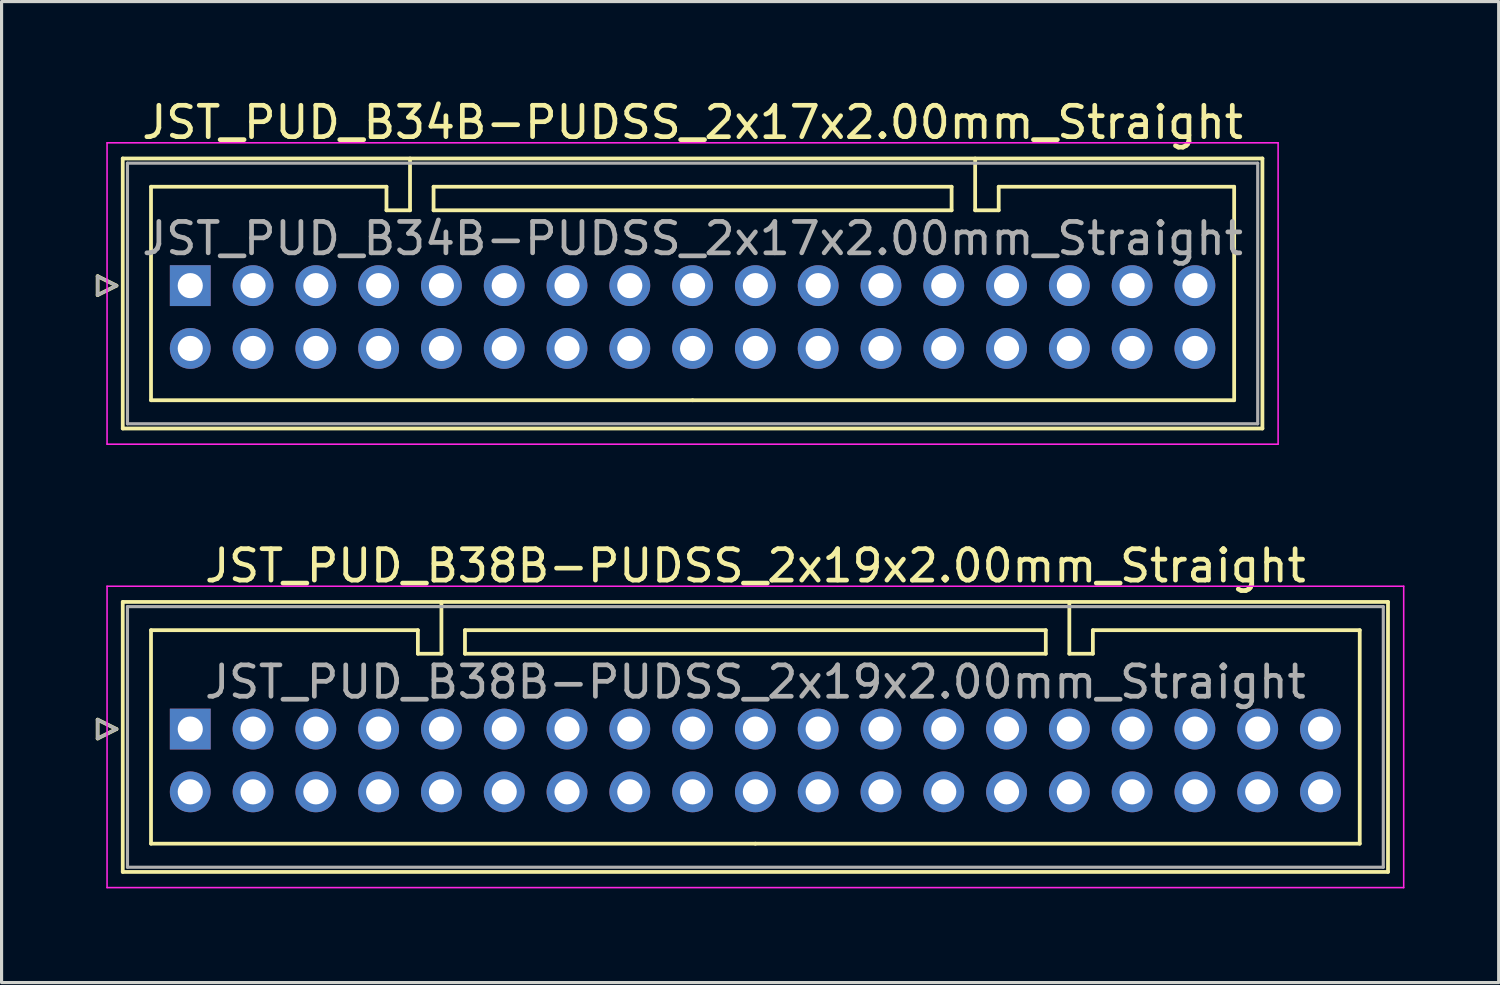
<source format=kicad_pcb>
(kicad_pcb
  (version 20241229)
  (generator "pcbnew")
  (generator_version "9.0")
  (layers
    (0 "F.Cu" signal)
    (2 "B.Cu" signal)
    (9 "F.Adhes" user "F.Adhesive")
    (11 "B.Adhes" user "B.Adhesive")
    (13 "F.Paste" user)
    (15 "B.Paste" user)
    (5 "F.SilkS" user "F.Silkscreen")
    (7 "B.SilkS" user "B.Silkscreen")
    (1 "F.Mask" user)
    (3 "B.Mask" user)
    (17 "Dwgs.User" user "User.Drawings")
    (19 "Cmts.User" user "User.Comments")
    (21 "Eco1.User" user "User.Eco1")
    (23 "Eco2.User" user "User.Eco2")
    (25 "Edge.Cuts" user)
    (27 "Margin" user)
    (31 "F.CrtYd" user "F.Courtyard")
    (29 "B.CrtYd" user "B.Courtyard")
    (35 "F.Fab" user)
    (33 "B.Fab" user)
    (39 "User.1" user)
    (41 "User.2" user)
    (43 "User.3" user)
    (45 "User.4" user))
  (footprint "JST_PUD_B38B-PUDSS_2x19x2.00mm_Straight"
    (layer "F.Cu")
    (at 3.01 20.172)
    (property "Reference" "JST_PUD_B38B-PUDSS_2x19x2.00mm_Straight" (at 18 -5.2 0) (layer "F.SilkS") (effects (font (size 1 1) (thickness 0.15))))
    (attr through_hole)
    (fp_line (start -2.95 -0.3) (end -2.35 0) (stroke (width 0.12) (type solid)) (layer "F.SilkS"))
    (fp_line (start -2.95 0.3) (end -2.95 -0.3) (stroke (width 0.12) (type solid)) (layer "F.SilkS"))
    (fp_line (start -2.35 0) (end -2.95 0.3) (stroke (width 0.12) (type solid)) (layer "F.SilkS"))
    (fp_line (start -2.15 -4.05) (end -2.15 4.55) (stroke (width 0.12) (type solid)) (layer "F.SilkS"))
    (fp_line (start -2.15 4.55) (end 38.15 4.55) (stroke (width 0.12) (type solid)) (layer "F.SilkS"))
    (fp_line (start -1.25 -3.15) (end -1.25 3.65) (stroke (width 0.12) (type solid)) (layer "F.SilkS"))
    (fp_line (start -1.25 3.65) (end 18 3.65) (stroke (width 0.12) (type solid)) (layer "F.SilkS"))
    (fp_line (start 7.25 -3.15) (end -1.25 -3.15) (stroke (width 0.12) (type solid)) (layer "F.SilkS"))
    (fp_line (start 7.25 -2.4) (end 7.25 -3.15) (stroke (width 0.12) (type solid)) (layer "F.SilkS"))
    (fp_line (start 8 -4.05) (end 8 -2.4) (stroke (width 0.12) (type solid)) (layer "F.SilkS"))
    (fp_line (start 8 -2.4) (end 7.25 -2.4) (stroke (width 0.12) (type solid)) (layer "F.SilkS"))
    (fp_line (start 8.75 -3.15) (end 8.75 -2.4) (stroke (width 0.12) (type solid)) (layer "F.SilkS"))
    (fp_line (start 8.75 -2.4) (end 27.25 -2.4) (stroke (width 0.12) (type solid)) (layer "F.SilkS"))
    (fp_line (start 27.25 -3.15) (end 8.75 -3.15) (stroke (width 0.12) (type solid)) (layer "F.SilkS"))
    (fp_line (start 27.25 -2.4) (end 27.25 -3.15) (stroke (width 0.12) (type solid)) (layer "F.SilkS"))
    (fp_line (start 28 -4.05) (end 28 -2.4) (stroke (width 0.12) (type solid)) (layer "F.SilkS"))
    (fp_line (start 28 -2.4) (end 28.75 -2.4) (stroke (width 0.12) (type solid)) (layer "F.SilkS"))
    (fp_line (start 28.75 -3.15) (end 37.25 -3.15) (stroke (width 0.12) (type solid)) (layer "F.SilkS"))
    (fp_line (start 28.75 -2.4) (end 28.75 -3.15) (stroke (width 0.12) (type solid)) (layer "F.SilkS"))
    (fp_line (start 37.25 -3.15) (end 37.25 3.65) (stroke (width 0.12) (type solid)) (layer "F.SilkS"))
    (fp_line (start 37.25 3.65) (end 18 3.65) (stroke (width 0.12) (type solid)) (layer "F.SilkS"))
    (fp_line (start 38.15 -4.05) (end -2.15 -4.05) (stroke (width 0.12) (type solid)) (layer "F.SilkS"))
    (fp_line (start 38.15 4.55) (end 38.15 -4.05) (stroke (width 0.12) (type solid)) (layer "F.SilkS"))
    (fp_line (start -2.65 -4.55) (end -2.65 5.05) (stroke (width 0.05) (type solid)) (layer "F.CrtYd"))
    (fp_line (start -2.65 5.05) (end 38.65 5.05) (stroke (width 0.05) (type solid)) (layer "F.CrtYd"))
    (fp_line (start 38.65 -4.55) (end -2.65 -4.55) (stroke (width 0.05) (type solid)) (layer "F.CrtYd"))
    (fp_line (start 38.65 5.05) (end 38.65 -4.55) (stroke (width 0.05) (type solid)) (layer "F.CrtYd"))
    (fp_line (start -2.95 -0.3) (end -2.35 0) (stroke (width 0.1) (type solid)) (layer "F.Fab"))
    (fp_line (start -2.95 0.3) (end -2.95 -0.3) (stroke (width 0.1) (type solid)) (layer "F.Fab"))
    (fp_line (start -2.35 0) (end -2.95 0.3) (stroke (width 0.1) (type solid)) (layer "F.Fab"))
    (fp_line (start -2 -3.9) (end -2 4.4) (stroke (width 0.1) (type solid)) (layer "F.Fab"))
    (fp_line (start -2 4.4) (end 38 4.4) (stroke (width 0.1) (type solid)) (layer "F.Fab"))
    (fp_line (start 38 -3.9) (end -2 -3.9) (stroke (width 0.1) (type solid)) (layer "F.Fab"))
    (fp_line (start 38 4.4) (end 38 -3.9) (stroke (width 0.1) (type solid)) (layer "F.Fab"))
    (fp_text user "${REFERENCE}" (at 18 -1.5 0) (layer "F.Fab") (effects (font (size 1 1) (thickness 0.15))))
    (pad "1" thru_hole rect (at 0 0) (size 1.3 1.3) (drill 0.8) (layers "*.Cu" "*.Mask"))
    (pad "2" thru_hole circle (at 0 2) (size 1.3 1.3) (drill 0.8) (layers "*.Cu" "*.Mask"))
    (pad "3" thru_hole circle (at 2 0) (size 1.3 1.3) (drill 0.8) (layers "*.Cu" "*.Mask"))
    (pad "4" thru_hole circle (at 2 2) (size 1.3 1.3) (drill 0.8) (layers "*.Cu" "*.Mask"))
    (pad "5" thru_hole circle (at 4 0) (size 1.3 1.3) (drill 0.8) (layers "*.Cu" "*.Mask"))
    (pad "6" thru_hole circle (at 4 2) (size 1.3 1.3) (drill 0.8) (layers "*.Cu" "*.Mask"))
    (pad "7" thru_hole circle (at 6 0) (size 1.3 1.3) (drill 0.8) (layers "*.Cu" "*.Mask"))
    (pad "8" thru_hole circle (at 6 2) (size 1.3 1.3) (drill 0.8) (layers "*.Cu" "*.Mask"))
    (pad "9" thru_hole circle (at 8 0) (size 1.3 1.3) (drill 0.8) (layers "*.Cu" "*.Mask"))
    (pad "10" thru_hole circle (at 8 2) (size 1.3 1.3) (drill 0.8) (layers "*.Cu" "*.Mask"))
    (pad "11" thru_hole circle (at 10 0) (size 1.3 1.3) (drill 0.8) (layers "*.Cu" "*.Mask"))
    (pad "12" thru_hole circle (at 10 2) (size 1.3 1.3) (drill 0.8) (layers "*.Cu" "*.Mask"))
    (pad "13" thru_hole circle (at 12 0) (size 1.3 1.3) (drill 0.8) (layers "*.Cu" "*.Mask"))
    (pad "14" thru_hole circle (at 12 2) (size 1.3 1.3) (drill 0.8) (layers "*.Cu" "*.Mask"))
    (pad "15" thru_hole circle (at 14 0) (size 1.3 1.3) (drill 0.8) (layers "*.Cu" "*.Mask"))
    (pad "16" thru_hole circle (at 14 2) (size 1.3 1.3) (drill 0.8) (layers "*.Cu" "*.Mask"))
    (pad "17" thru_hole circle (at 16 0) (size 1.3 1.3) (drill 0.8) (layers "*.Cu" "*.Mask"))
    (pad "18" thru_hole circle (at 16 2) (size 1.3 1.3) (drill 0.8) (layers "*.Cu" "*.Mask"))
    (pad "19" thru_hole circle (at 18 0) (size 1.3 1.3) (drill 0.8) (layers "*.Cu" "*.Mask"))
    (pad "20" thru_hole circle (at 18 2) (size 1.3 1.3) (drill 0.8) (layers "*.Cu" "*.Mask"))
    (pad "21" thru_hole circle (at 20 0) (size 1.3 1.3) (drill 0.8) (layers "*.Cu" "*.Mask"))
    (pad "22" thru_hole circle (at 20 2) (size 1.3 1.3) (drill 0.8) (layers "*.Cu" "*.Mask"))
    (pad "23" thru_hole circle (at 22 0) (size 1.3 1.3) (drill 0.8) (layers "*.Cu" "*.Mask"))
    (pad "24" thru_hole circle (at 22 2) (size 1.3 1.3) (drill 0.8) (layers "*.Cu" "*.Mask"))
    (pad "25" thru_hole circle (at 24 0) (size 1.3 1.3) (drill 0.8) (layers "*.Cu" "*.Mask"))
    (pad "26" thru_hole circle (at 24 2) (size 1.3 1.3) (drill 0.8) (layers "*.Cu" "*.Mask"))
    (pad "27" thru_hole circle (at 26 0) (size 1.3 1.3) (drill 0.8) (layers "*.Cu" "*.Mask"))
    (pad "28" thru_hole circle (at 26 2) (size 1.3 1.3) (drill 0.8) (layers "*.Cu" "*.Mask"))
    (pad "29" thru_hole circle (at 28 0) (size 1.3 1.3) (drill 0.8) (layers "*.Cu" "*.Mask"))
    (pad "30" thru_hole circle (at 28 2) (size 1.3 1.3) (drill 0.8) (layers "*.Cu" "*.Mask"))
    (pad "31" thru_hole circle (at 30 0) (size 1.3 1.3) (drill 0.8) (layers "*.Cu" "*.Mask"))
    (pad "32" thru_hole circle (at 30 2) (size 1.3 1.3) (drill 0.8) (layers "*.Cu" "*.Mask"))
    (pad "33" thru_hole circle (at 32 0) (size 1.3 1.3) (drill 0.8) (layers "*.Cu" "*.Mask"))
    (pad "34" thru_hole circle (at 32 2) (size 1.3 1.3) (drill 0.8) (layers "*.Cu" "*.Mask"))
    (pad "35" thru_hole circle (at 34 0) (size 1.3 1.3) (drill 0.8) (layers "*.Cu" "*.Mask"))
    (pad "36" thru_hole circle (at 34 2) (size 1.3 1.3) (drill 0.8) (layers "*.Cu" "*.Mask"))
    (pad "37" thru_hole circle (at 36 0) (size 1.3 1.3) (drill 0.8) (layers "*.Cu" "*.Mask"))
    (pad "38" thru_hole circle (at 36 2) (size 1.3 1.3) (drill 0.8) (layers "*.Cu" "*.Mask")))
  (footprint "JST_PUD_B34B-PUDSS_2x17x2.00mm_Straight"
    (layer "F.Cu")
    (at 3.01 6.048)
    (property "Reference" "JST_PUD_B34B-PUDSS_2x17x2.00mm_Straight" (at 16 -5.2 0) (layer "F.SilkS") (effects (font (size 1 1) (thickness 0.15))))
    (attr through_hole)
    (fp_line (start -2.95 -0.3) (end -2.35 0) (stroke (width 0.12) (type solid)) (layer "F.SilkS"))
    (fp_line (start -2.95 0.3) (end -2.95 -0.3) (stroke (width 0.12) (type solid)) (layer "F.SilkS"))
    (fp_line (start -2.35 0) (end -2.95 0.3) (stroke (width 0.12) (type solid)) (layer "F.SilkS"))
    (fp_line (start -2.15 -4.05) (end -2.15 4.55) (stroke (width 0.12) (type solid)) (layer "F.SilkS"))
    (fp_line (start -2.15 4.55) (end 34.15 4.55) (stroke (width 0.12) (type solid)) (layer "F.SilkS"))
    (fp_line (start -1.25 -3.15) (end -1.25 3.65) (stroke (width 0.12) (type solid)) (layer "F.SilkS"))
    (fp_line (start -1.25 3.65) (end 16 3.65) (stroke (width 0.12) (type solid)) (layer "F.SilkS"))
    (fp_line (start 6.25 -3.15) (end -1.25 -3.15) (stroke (width 0.12) (type solid)) (layer "F.SilkS"))
    (fp_line (start 6.25 -2.4) (end 6.25 -3.15) (stroke (width 0.12) (type solid)) (layer "F.SilkS"))
    (fp_line (start 7 -4.05) (end 7 -2.4) (stroke (width 0.12) (type solid)) (layer "F.SilkS"))
    (fp_line (start 7 -2.4) (end 6.25 -2.4) (stroke (width 0.12) (type solid)) (layer "F.SilkS"))
    (fp_line (start 7.75 -3.15) (end 7.75 -2.4) (stroke (width 0.12) (type solid)) (layer "F.SilkS"))
    (fp_line (start 7.75 -2.4) (end 24.25 -2.4) (stroke (width 0.12) (type solid)) (layer "F.SilkS"))
    (fp_line (start 24.25 -3.15) (end 7.75 -3.15) (stroke (width 0.12) (type solid)) (layer "F.SilkS"))
    (fp_line (start 24.25 -2.4) (end 24.25 -3.15) (stroke (width 0.12) (type solid)) (layer "F.SilkS"))
    (fp_line (start 25 -4.05) (end 25 -2.4) (stroke (width 0.12) (type solid)) (layer "F.SilkS"))
    (fp_line (start 25 -2.4) (end 25.75 -2.4) (stroke (width 0.12) (type solid)) (layer "F.SilkS"))
    (fp_line (start 25.75 -3.15) (end 33.25 -3.15) (stroke (width 0.12) (type solid)) (layer "F.SilkS"))
    (fp_line (start 25.75 -2.4) (end 25.75 -3.15) (stroke (width 0.12) (type solid)) (layer "F.SilkS"))
    (fp_line (start 33.25 -3.15) (end 33.25 3.65) (stroke (width 0.12) (type solid)) (layer "F.SilkS"))
    (fp_line (start 33.25 3.65) (end 16 3.65) (stroke (width 0.12) (type solid)) (layer "F.SilkS"))
    (fp_line (start 34.15 -4.05) (end -2.15 -4.05) (stroke (width 0.12) (type solid)) (layer "F.SilkS"))
    (fp_line (start 34.15 4.55) (end 34.15 -4.05) (stroke (width 0.12) (type solid)) (layer "F.SilkS"))
    (fp_line (start -2.65 -4.55) (end -2.65 5.05) (stroke (width 0.05) (type solid)) (layer "F.CrtYd"))
    (fp_line (start -2.65 5.05) (end 34.65 5.05) (stroke (width 0.05) (type solid)) (layer "F.CrtYd"))
    (fp_line (start 34.65 -4.55) (end -2.65 -4.55) (stroke (width 0.05) (type solid)) (layer "F.CrtYd"))
    (fp_line (start 34.65 5.05) (end 34.65 -4.55) (stroke (width 0.05) (type solid)) (layer "F.CrtYd"))
    (fp_line (start -2.95 -0.3) (end -2.35 0) (stroke (width 0.1) (type solid)) (layer "F.Fab"))
    (fp_line (start -2.95 0.3) (end -2.95 -0.3) (stroke (width 0.1) (type solid)) (layer "F.Fab"))
    (fp_line (start -2.35 0) (end -2.95 0.3) (stroke (width 0.1) (type solid)) (layer "F.Fab"))
    (fp_line (start -2 -3.9) (end -2 4.4) (stroke (width 0.1) (type solid)) (layer "F.Fab"))
    (fp_line (start -2 4.4) (end 34 4.4) (stroke (width 0.1) (type solid)) (layer "F.Fab"))
    (fp_line (start 34 -3.9) (end -2 -3.9) (stroke (width 0.1) (type solid)) (layer "F.Fab"))
    (fp_line (start 34 4.4) (end 34 -3.9) (stroke (width 0.1) (type solid)) (layer "F.Fab"))
    (fp_text user "${REFERENCE}" (at 16 -1.5 0) (layer "F.Fab") (effects (font (size 1 1) (thickness 0.15))))
    (pad "1" thru_hole rect (at 0 0) (size 1.3 1.3) (drill 0.8) (layers "*.Cu" "*.Mask"))
    (pad "2" thru_hole circle (at 0 2) (size 1.3 1.3) (drill 0.8) (layers "*.Cu" "*.Mask"))
    (pad "3" thru_hole circle (at 2 0) (size 1.3 1.3) (drill 0.8) (layers "*.Cu" "*.Mask"))
    (pad "4" thru_hole circle (at 2 2) (size 1.3 1.3) (drill 0.8) (layers "*.Cu" "*.Mask"))
    (pad "5" thru_hole circle (at 4 0) (size 1.3 1.3) (drill 0.8) (layers "*.Cu" "*.Mask"))
    (pad "6" thru_hole circle (at 4 2) (size 1.3 1.3) (drill 0.8) (layers "*.Cu" "*.Mask"))
    (pad "7" thru_hole circle (at 6 0) (size 1.3 1.3) (drill 0.8) (layers "*.Cu" "*.Mask"))
    (pad "8" thru_hole circle (at 6 2) (size 1.3 1.3) (drill 0.8) (layers "*.Cu" "*.Mask"))
    (pad "9" thru_hole circle (at 8 0) (size 1.3 1.3) (drill 0.8) (layers "*.Cu" "*.Mask"))
    (pad "10" thru_hole circle (at 8 2) (size 1.3 1.3) (drill 0.8) (layers "*.Cu" "*.Mask"))
    (pad "11" thru_hole circle (at 10 0) (size 1.3 1.3) (drill 0.8) (layers "*.Cu" "*.Mask"))
    (pad "12" thru_hole circle (at 10 2) (size 1.3 1.3) (drill 0.8) (layers "*.Cu" "*.Mask"))
    (pad "13" thru_hole circle (at 12 0) (size 1.3 1.3) (drill 0.8) (layers "*.Cu" "*.Mask"))
    (pad "14" thru_hole circle (at 12 2) (size 1.3 1.3) (drill 0.8) (layers "*.Cu" "*.Mask"))
    (pad "15" thru_hole circle (at 14 0) (size 1.3 1.3) (drill 0.8) (layers "*.Cu" "*.Mask"))
    (pad "16" thru_hole circle (at 14 2) (size 1.3 1.3) (drill 0.8) (layers "*.Cu" "*.Mask"))
    (pad "17" thru_hole circle (at 16 0) (size 1.3 1.3) (drill 0.8) (layers "*.Cu" "*.Mask"))
    (pad "18" thru_hole circle (at 16 2) (size 1.3 1.3) (drill 0.8) (layers "*.Cu" "*.Mask"))
    (pad "19" thru_hole circle (at 18 0) (size 1.3 1.3) (drill 0.8) (layers "*.Cu" "*.Mask"))
    (pad "20" thru_hole circle (at 18 2) (size 1.3 1.3) (drill 0.8) (layers "*.Cu" "*.Mask"))
    (pad "21" thru_hole circle (at 20 0) (size 1.3 1.3) (drill 0.8) (layers "*.Cu" "*.Mask"))
    (pad "22" thru_hole circle (at 20 2) (size 1.3 1.3) (drill 0.8) (layers "*.Cu" "*.Mask"))
    (pad "23" thru_hole circle (at 22 0) (size 1.3 1.3) (drill 0.8) (layers "*.Cu" "*.Mask"))
    (pad "24" thru_hole circle (at 22 2) (size 1.3 1.3) (drill 0.8) (layers "*.Cu" "*.Mask"))
    (pad "25" thru_hole circle (at 24 0) (size 1.3 1.3) (drill 0.8) (layers "*.Cu" "*.Mask"))
    (pad "26" thru_hole circle (at 24 2) (size 1.3 1.3) (drill 0.8) (layers "*.Cu" "*.Mask"))
    (pad "27" thru_hole circle (at 26 0) (size 1.3 1.3) (drill 0.8) (layers "*.Cu" "*.Mask"))
    (pad "28" thru_hole circle (at 26 2) (size 1.3 1.3) (drill 0.8) (layers "*.Cu" "*.Mask"))
    (pad "29" thru_hole circle (at 28 0) (size 1.3 1.3) (drill 0.8) (layers "*.Cu" "*.Mask"))
    (pad "30" thru_hole circle (at 28 2) (size 1.3 1.3) (drill 0.8) (layers "*.Cu" "*.Mask"))
    (pad "31" thru_hole circle (at 30 0) (size 1.3 1.3) (drill 0.8) (layers "*.Cu" "*.Mask"))
    (pad "32" thru_hole circle (at 30 2) (size 1.3 1.3) (drill 0.8) (layers "*.Cu" "*.Mask"))
    (pad "33" thru_hole circle (at 32 0) (size 1.3 1.3) (drill 0.8) (layers "*.Cu" "*.Mask"))
    (pad "34" thru_hole circle (at 32 2) (size 1.3 1.3) (drill 0.8) (layers "*.Cu" "*.Mask")))
  (gr_rect
    (start -3 -3)
    (end 44.685 28.247)
    (stroke (width 0.1) (type default))
    (fill no)
    (layer "Edge.Cuts")))
</source>
